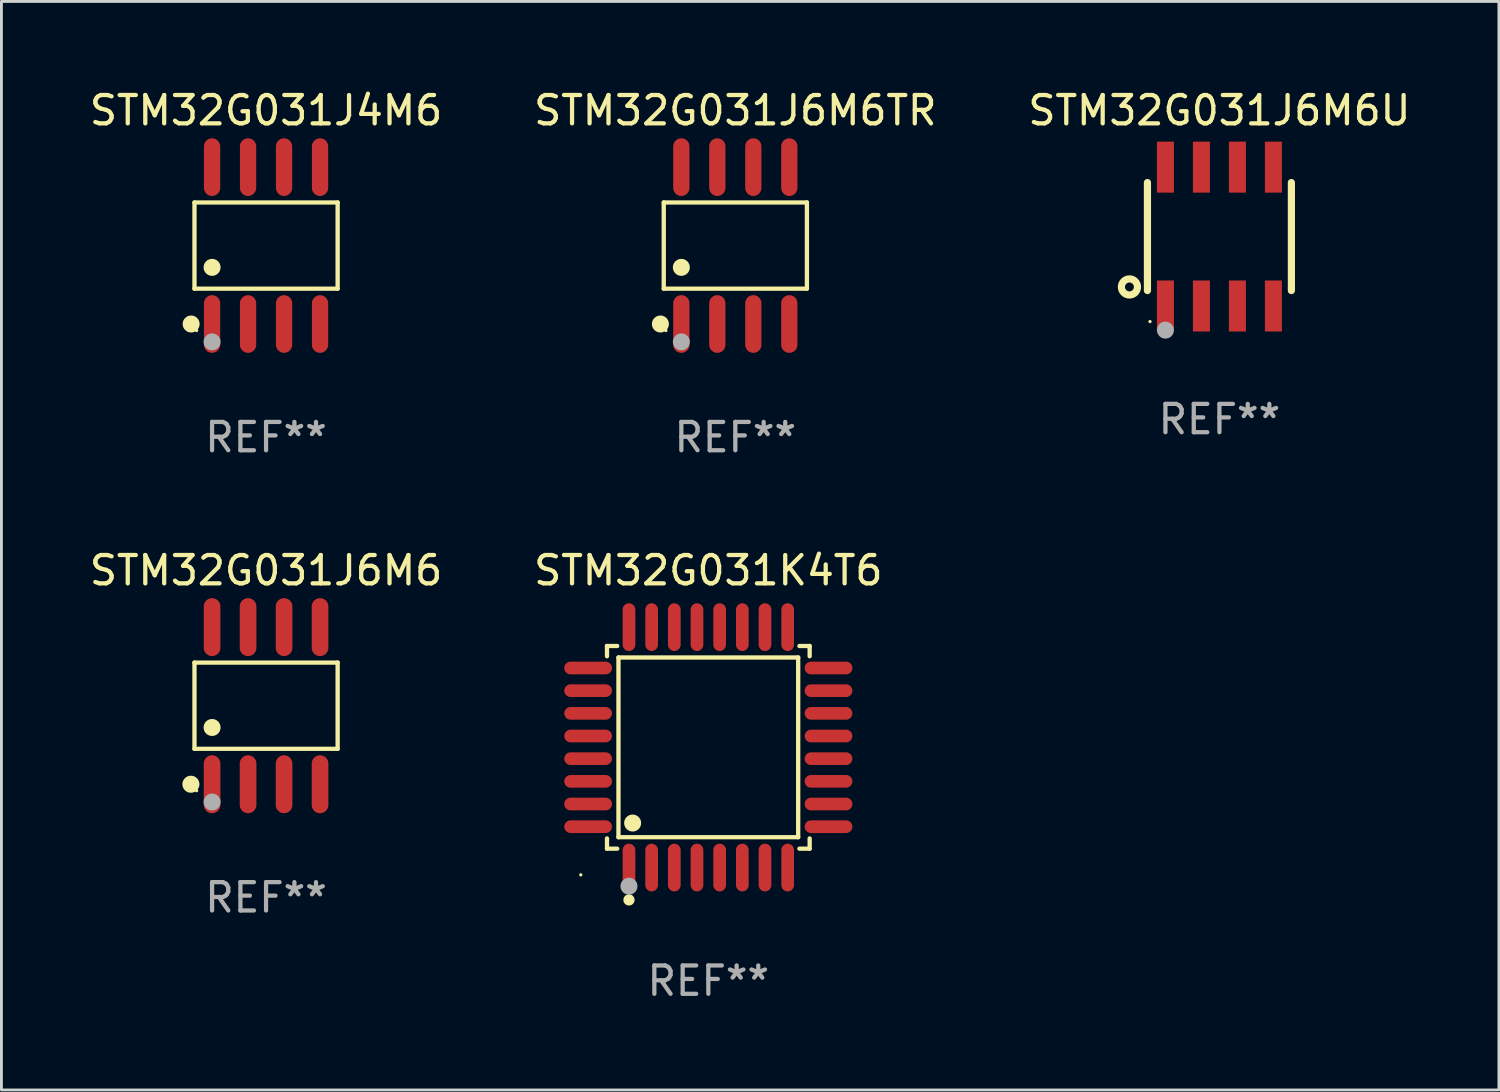
<source format=kicad_pcb>
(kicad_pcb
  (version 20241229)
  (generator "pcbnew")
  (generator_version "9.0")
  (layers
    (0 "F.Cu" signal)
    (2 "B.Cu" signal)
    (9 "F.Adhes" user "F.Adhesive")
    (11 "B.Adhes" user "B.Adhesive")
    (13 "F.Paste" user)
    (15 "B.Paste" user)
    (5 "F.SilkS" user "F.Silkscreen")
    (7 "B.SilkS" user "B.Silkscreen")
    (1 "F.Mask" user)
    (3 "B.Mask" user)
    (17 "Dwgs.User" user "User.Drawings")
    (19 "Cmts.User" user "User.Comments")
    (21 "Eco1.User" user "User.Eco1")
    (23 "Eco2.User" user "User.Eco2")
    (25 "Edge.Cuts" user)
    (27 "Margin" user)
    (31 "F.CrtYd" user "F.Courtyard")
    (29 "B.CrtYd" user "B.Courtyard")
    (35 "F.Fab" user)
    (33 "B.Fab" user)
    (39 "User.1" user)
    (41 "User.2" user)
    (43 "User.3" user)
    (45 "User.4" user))
  (footprint "STM32G031J6M6U"
    (layer "F.Cu")
    (at 39.982 5.298)
    (property "Reference" "STM32G031J6M6U" (at 0 -4.45 0) (layer "F.SilkS") (effects (font (size 1 1) (thickness 0.15))))
    (attr through_hole)
    (fp_line (start -2.54 -1.905) (end -2.54 1.905) (stroke (width 0.254) (type solid)) (layer "F.SilkS"))
    (fp_line (start 2.54 -1.905) (end 2.54 1.905) (stroke (width 0.254) (type solid)) (layer "F.SilkS"))
    (fp_circle (center -3.175 1.778) (end -2.891 1.778) (stroke (width 0.254) (type solid)) (fill no) (layer "F.SilkS"))
    (fp_circle (center -2.45 3) (end -2.42 3) (stroke (width 0.06) (type solid)) (fill no) (layer "F.SilkS"))
    (fp_circle (center -1.905 3.302) (end -1.755 3.302) (stroke (width 0.3) (type solid)) (fill no) (layer "F.Fab"))
    (fp_text user "REF**" (at 0 6.45 0) (layer "F.Fab") (effects (font (size 1 1) (thickness 0.15))))
    (pad "1" smd rect (at -1.905 2.45) (size 0.6 1.8) (layers "F.Cu" "F.Mask" "F.Paste"))
    (pad "2" smd rect (at -0.635 2.45) (size 0.6 1.8) (layers "F.Cu" "F.Mask" "F.Paste"))
    (pad "3" smd rect (at 0.635 2.45) (size 0.6 1.8) (layers "F.Cu" "F.Mask" "F.Paste"))
    (pad "4" smd rect (at 1.905 2.45) (size 0.6 1.8) (layers "F.Cu" "F.Mask" "F.Paste"))
    (pad "5" smd rect (at 1.905 -2.45 180) (size 0.6 1.8) (layers "F.Cu" "F.Mask" "F.Paste"))
    (pad "6" smd rect (at 0.635 -2.45 180) (size 0.6 1.8) (layers "F.Cu" "F.Mask" "F.Paste"))
    (pad "7" smd rect (at -0.635 -2.45 180) (size 0.6 1.8) (layers "F.Cu" "F.Mask" "F.Paste"))
    (pad "8" smd rect (at -1.905 -2.45 180) (size 0.6 1.8) (layers "F.Cu" "F.Mask" "F.Paste")))
  (footprint "STM32G031J4M6"
    (layer "F.Cu")
    (at 6.339 5.616)
    (property "Reference" "STM32G031J4M6" (at 0 -4.768 0) (layer "F.SilkS") (effects (font (size 1 1) (thickness 0.15))))
    (attr through_hole)
    (fp_line (start -2.526 -1.521) (end 2.526 -1.521) (stroke (width 0.152) (type solid)) (layer "F.SilkS"))
    (fp_line (start -2.526 1.521) (end -2.526 -1.521) (stroke (width 0.152) (type solid)) (layer "F.SilkS"))
    (fp_line (start 2.526 -1.521) (end 2.526 1.521) (stroke (width 0.152) (type solid)) (layer "F.SilkS"))
    (fp_line (start 2.526 1.521) (end -2.526 1.521) (stroke (width 0.152) (type solid)) (layer "F.SilkS"))
    (fp_circle (center -2.644 2.768) (end -2.494 2.768) (stroke (width 0.3) (type solid)) (fill no) (layer "F.SilkS"))
    (fp_circle (center -2.45 2.998) (end -2.42 2.998) (stroke (width 0.06) (type solid)) (fill no) (layer "F.SilkS"))
    (fp_circle (center -1.905 0.769) (end -1.755 0.769) (stroke (width 0.3) (type solid)) (fill no) (layer "F.SilkS"))
    (fp_circle (center -1.905 3.398) (end -1.755 3.398) (stroke (width 0.3) (type solid)) (fill no) (layer "F.Fab"))
    (fp_text user "REF**" (at 0 6.768 0) (layer "F.Fab") (effects (font (size 1 1) (thickness 0.15))))
    (pad "1" smd oval (at -1.905 2.768) (size 0.574 2.036) (layers "F.Cu" "F.Mask" "F.Paste"))
    (pad "2" smd oval (at -0.635 2.768) (size 0.574 2.036) (layers "F.Cu" "F.Mask" "F.Paste"))
    (pad "3" smd oval (at 0.635 2.768) (size 0.574 2.036) (layers "F.Cu" "F.Mask" "F.Paste"))
    (pad "4" smd oval (at 1.905 2.768) (size 0.574 2.036) (layers "F.Cu" "F.Mask" "F.Paste"))
    (pad "5" smd oval (at 1.905 -2.768) (size 0.574 2.036) (layers "F.Cu" "F.Mask" "F.Paste"))
    (pad "6" smd oval (at 0.635 -2.768) (size 0.574 2.036) (layers "F.Cu" "F.Mask" "F.Paste"))
    (pad "7" smd oval (at -0.635 -2.768) (size 0.574 2.036) (layers "F.Cu" "F.Mask" "F.Paste"))
    (pad "8" smd oval (at -1.905 -2.768) (size 0.574 2.036) (layers "F.Cu" "F.Mask" "F.Paste")))
  (footprint "STM32G031K4T6"
    (layer "F.Cu")
    (at 21.946 23.323)
    (property "Reference" "STM32G031K4T6" (at 0 -6.242 0) (layer "F.SilkS") (effects (font (size 1 1) (thickness 0.15))))
    (attr through_hole)
    (fp_line (start -3.576 -3.576) (end -3.215 -3.576) (stroke (width 0.152) (type solid)) (layer "F.SilkS"))
    (fp_line (start -3.576 -3.215) (end -3.576 -3.576) (stroke (width 0.152) (type solid)) (layer "F.SilkS"))
    (fp_line (start -3.576 3.215) (end -3.576 3.576) (stroke (width 0.152) (type solid)) (layer "F.SilkS"))
    (fp_line (start -3.576 3.576) (end -3.215 3.576) (stroke (width 0.152) (type solid)) (layer "F.SilkS"))
    (fp_line (start -3.171 -3.171) (end 3.171 -3.171) (stroke (width 0.152) (type solid)) (layer "F.SilkS"))
    (fp_line (start -3.171 3.171) (end -3.171 -3.171) (stroke (width 0.152) (type solid)) (layer "F.SilkS"))
    (fp_line (start 3.171 -3.171) (end 3.171 3.171) (stroke (width 0.152) (type solid)) (layer "F.SilkS"))
    (fp_line (start 3.171 3.171) (end -3.171 3.171) (stroke (width 0.152) (type solid)) (layer "F.SilkS"))
    (fp_line (start 3.576 -3.576) (end 3.215 -3.576) (stroke (width 0.152) (type solid)) (layer "F.SilkS"))
    (fp_line (start 3.576 -3.215) (end 3.576 -3.576) (stroke (width 0.152) (type solid)) (layer "F.SilkS"))
    (fp_line (start 3.576 3.215) (end 3.576 3.576) (stroke (width 0.152) (type solid)) (layer "F.SilkS"))
    (fp_line (start 3.576 3.576) (end 3.215 3.576) (stroke (width 0.152) (type solid)) (layer "F.SilkS"))
    (fp_circle (center -4.5 4.5) (end -4.47 4.5) (stroke (width 0.06) (type solid)) (fill no) (layer "F.SilkS"))
    (fp_circle (center -2.8 5.384) (end -2.7 5.384) (stroke (width 0.2) (type solid)) (fill no) (layer "F.SilkS"))
    (fp_circle (center -2.671 2.671) (end -2.521 2.671) (stroke (width 0.3) (type solid)) (fill no) (layer "F.SilkS"))
    (fp_circle (center -2.8 4.9) (end -2.65 4.9) (stroke (width 0.3) (type solid)) (fill no) (layer "F.Fab"))
    (fp_text user "REF**" (at 0 8.242 0) (layer "F.Fab") (effects (font (size 1 1) (thickness 0.15))))
    (pad "1" smd oval (at -2.8 4.242) (size 0.448 1.684) (layers "F.Cu" "F.Mask" "F.Paste"))
    (pad "2" smd oval (at -2 4.242) (size 0.448 1.684) (layers "F.Cu" "F.Mask" "F.Paste"))
    (pad "3" smd oval (at -1.2 4.242) (size 0.448 1.684) (layers "F.Cu" "F.Mask" "F.Paste"))
    (pad "4" smd oval (at -0.4 4.242) (size 0.448 1.684) (layers "F.Cu" "F.Mask" "F.Paste"))
    (pad "5" smd oval (at 0.4 4.242) (size 0.448 1.684) (layers "F.Cu" "F.Mask" "F.Paste"))
    (pad "6" smd oval (at 1.2 4.242) (size 0.448 1.684) (layers "F.Cu" "F.Mask" "F.Paste"))
    (pad "7" smd oval (at 2 4.242) (size 0.448 1.684) (layers "F.Cu" "F.Mask" "F.Paste"))
    (pad "8" smd oval (at 2.8 4.242) (size 0.448 1.684) (layers "F.Cu" "F.Mask" "F.Paste"))
    (pad "9" smd oval (at 4.242 2.8) (size 1.684 0.448) (layers "F.Cu" "F.Mask" "F.Paste"))
    (pad "10" smd oval (at 4.242 2) (size 1.684 0.448) (layers "F.Cu" "F.Mask" "F.Paste"))
    (pad "11" smd oval (at 4.242 1.2) (size 1.684 0.448) (layers "F.Cu" "F.Mask" "F.Paste"))
    (pad "12" smd oval (at 4.242 0.4) (size 1.684 0.448) (layers "F.Cu" "F.Mask" "F.Paste"))
    (pad "13" smd oval (at 4.242 -0.4) (size 1.684 0.448) (layers "F.Cu" "F.Mask" "F.Paste"))
    (pad "14" smd oval (at 4.242 -1.2) (size 1.684 0.448) (layers "F.Cu" "F.Mask" "F.Paste"))
    (pad "15" smd oval (at 4.242 -2) (size 1.684 0.448) (layers "F.Cu" "F.Mask" "F.Paste"))
    (pad "16" smd oval (at 4.242 -2.8) (size 1.684 0.448) (layers "F.Cu" "F.Mask" "F.Paste"))
    (pad "17" smd oval (at 2.8 -4.242) (size 0.448 1.684) (layers "F.Cu" "F.Mask" "F.Paste"))
    (pad "18" smd oval (at 2 -4.242) (size 0.448 1.684) (layers "F.Cu" "F.Mask" "F.Paste"))
    (pad "19" smd oval (at 1.2 -4.242) (size 0.448 1.684) (layers "F.Cu" "F.Mask" "F.Paste"))
    (pad "20" smd oval (at 0.4 -4.242) (size 0.448 1.684) (layers "F.Cu" "F.Mask" "F.Paste"))
    (pad "21" smd oval (at -0.4 -4.242) (size 0.448 1.684) (layers "F.Cu" "F.Mask" "F.Paste"))
    (pad "22" smd oval (at -1.2 -4.242) (size 0.448 1.684) (layers "F.Cu" "F.Mask" "F.Paste"))
    (pad "23" smd oval (at -2 -4.242) (size 0.448 1.684) (layers "F.Cu" "F.Mask" "F.Paste"))
    (pad "24" smd oval (at -2.8 -4.242) (size 0.448 1.684) (layers "F.Cu" "F.Mask" "F.Paste"))
    (pad "25" smd oval (at -4.242 -2.8) (size 1.684 0.448) (layers "F.Cu" "F.Mask" "F.Paste"))
    (pad "26" smd oval (at -4.242 -2) (size 1.684 0.448) (layers "F.Cu" "F.Mask" "F.Paste"))
    (pad "27" smd oval (at -4.242 -1.2) (size 1.684 0.448) (layers "F.Cu" "F.Mask" "F.Paste"))
    (pad "28" smd oval (at -4.242 -0.4) (size 1.684 0.448) (layers "F.Cu" "F.Mask" "F.Paste"))
    (pad "29" smd oval (at -4.242 0.4) (size 1.684 0.448) (layers "F.Cu" "F.Mask" "F.Paste"))
    (pad "30" smd oval (at -4.242 1.2) (size 1.684 0.448) (layers "F.Cu" "F.Mask" "F.Paste"))
    (pad "31" smd oval (at -4.242 2) (size 1.684 0.448) (layers "F.Cu" "F.Mask" "F.Paste"))
    (pad "32" smd oval (at -4.242 2.8) (size 1.684 0.448) (layers "F.Cu" "F.Mask" "F.Paste")))
  (footprint "STM32G031J6M6TR"
    (layer "F.Cu")
    (at 22.899 5.616)
    (property "Reference" "STM32G031J6M6TR" (at 0 -4.768 0) (layer "F.SilkS") (effects (font (size 1 1) (thickness 0.15))))
    (attr through_hole)
    (fp_line (start -2.526 -1.521) (end 2.526 -1.521) (stroke (width 0.152) (type solid)) (layer "F.SilkS"))
    (fp_line (start -2.526 1.521) (end -2.526 -1.521) (stroke (width 0.152) (type solid)) (layer "F.SilkS"))
    (fp_line (start 2.526 -1.521) (end 2.526 1.521) (stroke (width 0.152) (type solid)) (layer "F.SilkS"))
    (fp_line (start 2.526 1.521) (end -2.526 1.521) (stroke (width 0.152) (type solid)) (layer "F.SilkS"))
    (fp_circle (center -2.644 2.768) (end -2.494 2.768) (stroke (width 0.3) (type solid)) (fill no) (layer "F.SilkS"))
    (fp_circle (center -2.45 2.998) (end -2.42 2.998) (stroke (width 0.06) (type solid)) (fill no) (layer "F.SilkS"))
    (fp_circle (center -1.905 0.769) (end -1.755 0.769) (stroke (width 0.3) (type solid)) (fill no) (layer "F.SilkS"))
    (fp_circle (center -1.905 3.398) (end -1.755 3.398) (stroke (width 0.3) (type solid)) (fill no) (layer "F.Fab"))
    (fp_text user "REF**" (at 0 6.768 0) (layer "F.Fab") (effects (font (size 1 1) (thickness 0.15))))
    (pad "1" smd oval (at -1.905 2.768) (size 0.574 2.036) (layers "F.Cu" "F.Mask" "F.Paste"))
    (pad "2" smd oval (at -0.635 2.768) (size 0.574 2.036) (layers "F.Cu" "F.Mask" "F.Paste"))
    (pad "3" smd oval (at 0.635 2.768) (size 0.574 2.036) (layers "F.Cu" "F.Mask" "F.Paste"))
    (pad "4" smd oval (at 1.905 2.768) (size 0.574 2.036) (layers "F.Cu" "F.Mask" "F.Paste"))
    (pad "5" smd oval (at 1.905 -2.768) (size 0.574 2.036) (layers "F.Cu" "F.Mask" "F.Paste"))
    (pad "6" smd oval (at 0.635 -2.768) (size 0.574 2.036) (layers "F.Cu" "F.Mask" "F.Paste"))
    (pad "7" smd oval (at -0.635 -2.768) (size 0.574 2.036) (layers "F.Cu" "F.Mask" "F.Paste"))
    (pad "8" smd oval (at -1.905 -2.768) (size 0.574 2.036) (layers "F.Cu" "F.Mask" "F.Paste")))
  (footprint "STM32G031J6M6"
    (layer "F.Cu")
    (at 6.339 21.853)
    (property "Reference" "STM32G031J6M6" (at 0 -4.772 0) (layer "F.SilkS") (effects (font (size 1 1) (thickness 0.15))))
    (attr through_hole)
    (fp_line (start -2.526 -1.521) (end 2.526 -1.521) (stroke (width 0.152) (type solid)) (layer "F.SilkS"))
    (fp_line (start -2.526 1.521) (end -2.526 -1.521) (stroke (width 0.152) (type solid)) (layer "F.SilkS"))
    (fp_line (start 2.526 -1.521) (end 2.526 1.521) (stroke (width 0.152) (type solid)) (layer "F.SilkS"))
    (fp_line (start 2.526 1.521) (end -2.526 1.521) (stroke (width 0.152) (type solid)) (layer "F.SilkS"))
    (fp_circle (center -2.652 2.772) (end -2.501 2.772) (stroke (width 0.3) (type solid)) (fill no) (layer "F.SilkS"))
    (fp_circle (center -2.45 3) (end -2.42 3) (stroke (width 0.06) (type solid)) (fill no) (layer "F.SilkS"))
    (fp_circle (center -1.905 0.769) (end -1.755 0.769) (stroke (width 0.3) (type solid)) (fill no) (layer "F.SilkS"))
    (fp_circle (center -1.905 3.4) (end -1.755 3.4) (stroke (width 0.3) (type solid)) (fill no) (layer "F.Fab"))
    (fp_text user "REF**" (at 0 6.772 0) (layer "F.Fab") (effects (font (size 1 1) (thickness 0.15))))
    (pad "1" smd oval (at -1.905 2.772) (size 0.588 2.045) (layers "F.Cu" "F.Mask" "F.Paste"))
    (pad "2" smd oval (at -0.635 2.772) (size 0.588 2.045) (layers "F.Cu" "F.Mask" "F.Paste"))
    (pad "3" smd oval (at 0.635 2.772) (size 0.588 2.045) (layers "F.Cu" "F.Mask" "F.Paste"))
    (pad "4" smd oval (at 1.905 2.772) (size 0.588 2.045) (layers "F.Cu" "F.Mask" "F.Paste"))
    (pad "5" smd oval (at 1.905 -2.772) (size 0.588 2.045) (layers "F.Cu" "F.Mask" "F.Paste"))
    (pad "6" smd oval (at 0.635 -2.772) (size 0.588 2.045) (layers "F.Cu" "F.Mask" "F.Paste"))
    (pad "7" smd oval (at -0.635 -2.772) (size 0.588 2.045) (layers "F.Cu" "F.Mask" "F.Paste"))
    (pad "8" smd oval (at -1.905 -2.772) (size 0.588 2.045) (layers "F.Cu" "F.Mask" "F.Paste")))
  (gr_rect
    (start -3 -3)
    (end 49.845 35.413)
    (stroke (width 0.1) (type default))
    (fill no)
    (layer "Edge.Cuts")))
</source>
